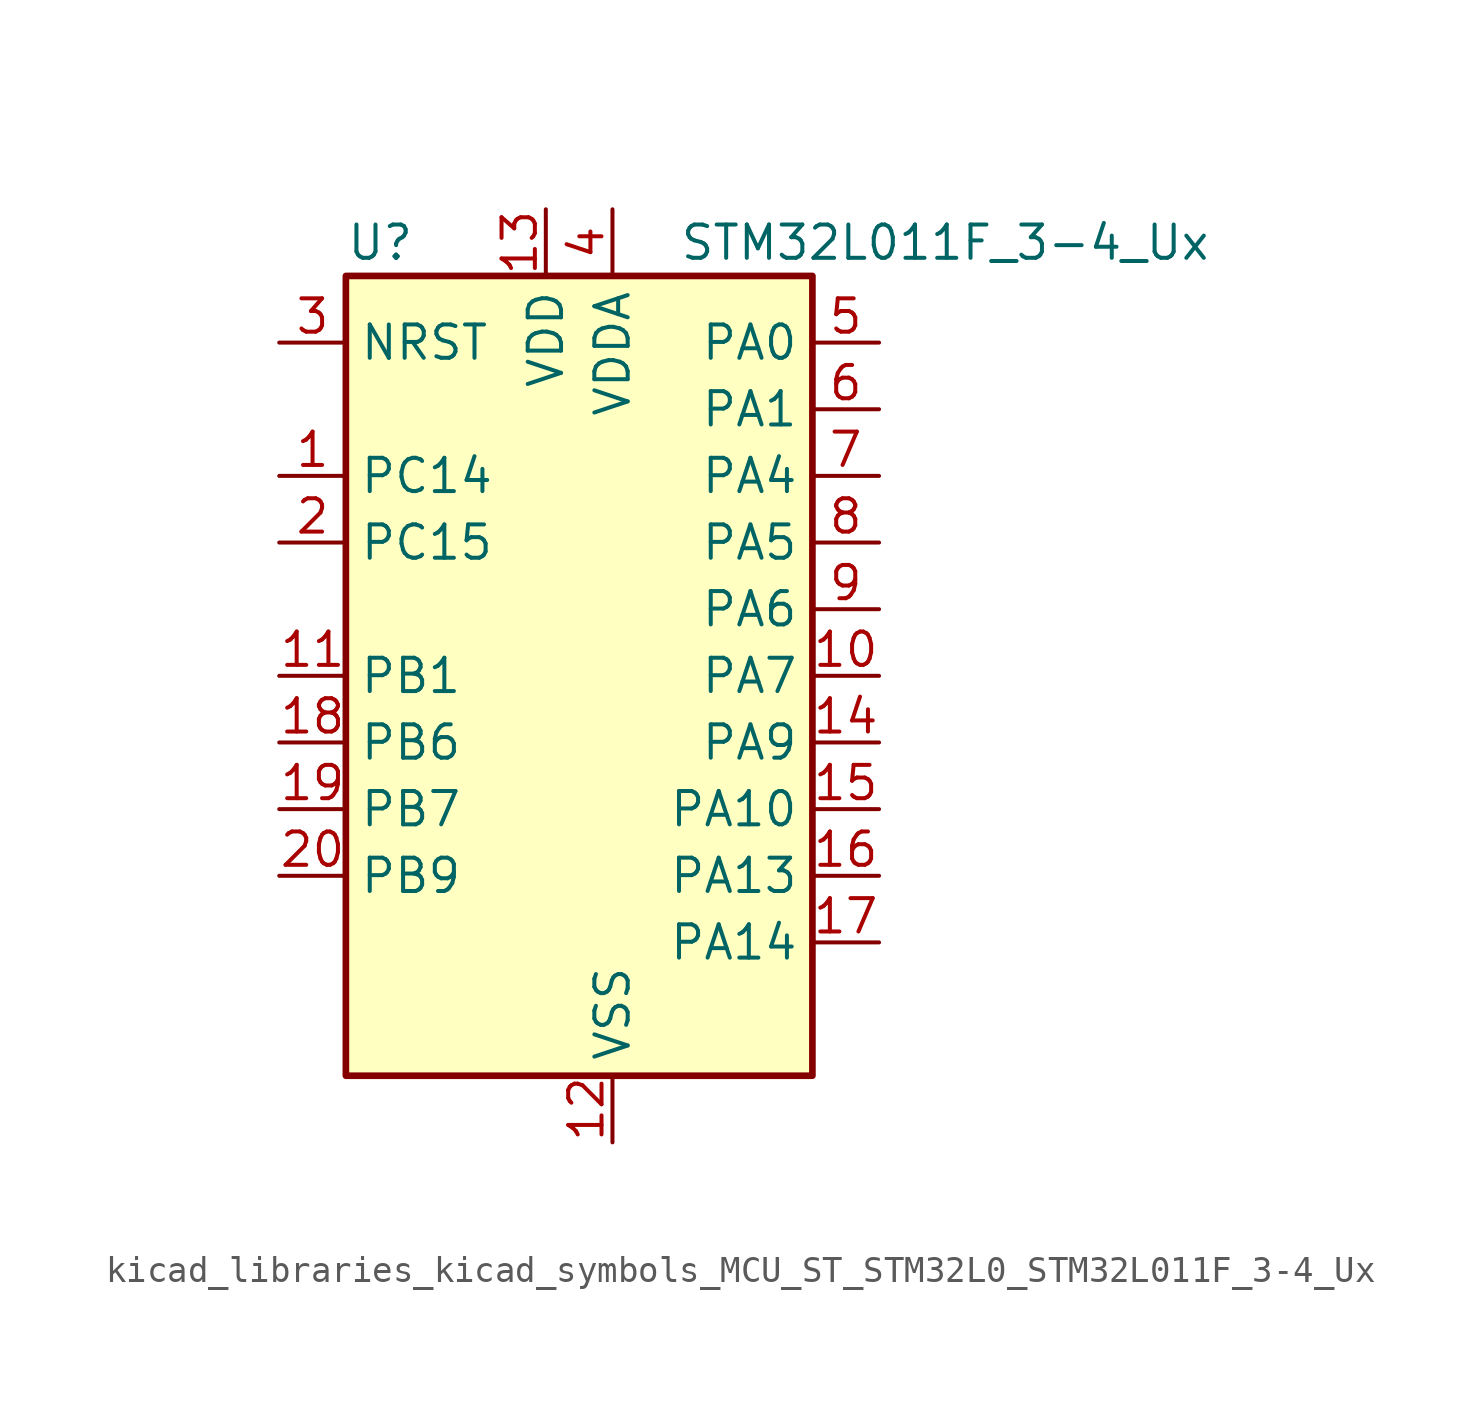
<source format=kicad_sym>
(kicad_symbol_lib
  (version 20220914)
  (generator kicad_symbol_editor)
  (symbol "kicad_libraries_kicad_symbols_MCU_ST_STM32L0_STM32L011F_3-4_Ux"
    (property "Reference" "U"
      (at -7.62 16.51 0)
      (effects (font (size 1.27 1.27)) (justify left)))
    (property "Value" "STM32L011F_3-4_Ux"
      (at 5.08 16.51 0)
      (effects (font (size 1.27 1.27)) (justify left)))
    (property "ki_locked" ""
      (at 0 0 0)
      (effects (font (size 1.27 1.27))))
    (symbol "kicad_libraries_kicad_symbols_MCU_ST_STM32L0_STM32L011F_3-4_Ux_0_1"
      (rectangle (start -7.62 -15.24) (end 10.16 15.24) (stroke (width 0.254) (type default)) (fill (type background))))
    (symbol "kicad_libraries_kicad_symbols_MCU_ST_STM32L0_STM32L011F_3-4_Ux_1_1"
      (pin bidirectional line (at -10.16 7.62 0) (length 2.54) (name "PC14" (effects (font (size 1.27 1.27)))) (number "1" (effects (font (size 1.27 1.27)))) (alternate "RCC_OSC32_IN" bidirectional line))
      (pin bidirectional line (at 12.7 0 180) (length 2.54) (name "PA7" (effects (font (size 1.27 1.27)))) (number "10" (effects (font (size 1.27 1.27)))) (alternate "ADC_IN7" bidirectional line) (alternate "COMP2_INP" bidirectional line) (alternate "COMP2_OUT" bidirectional line) (alternate "LPTIM1_OUT" bidirectional line) (alternate "SPI1_MOSI" bidirectional line) (alternate "TIM21_ETR" bidirectional line) (alternate "USART2_CTS" bidirectional line))
      (pin bidirectional line (at -10.16 0 0) (length 2.54) (name "PB1" (effects (font (size 1.27 1.27)))) (number "11" (effects (font (size 1.27 1.27)))) (alternate "ADC_IN9" bidirectional line) (alternate "LPTIM1_IN1" bidirectional line) (alternate "LPUART1_DE" bidirectional line) (alternate "LPUART1_RTS" bidirectional line) (alternate "SPI1_MOSI" bidirectional line) (alternate "SYS_VREF_OUT_PB1" bidirectional line) (alternate "TIM2_CH4" bidirectional line) (alternate "USART2_CK" bidirectional line))
      (pin power_in line (at 2.54 -17.78 90) (length 2.54) (name "VSS" (effects (font (size 1.27 1.27)))) (number "12" (effects (font (size 1.27 1.27)))))
      (pin power_in line (at 0 17.78 270) (length 2.54) (name "VDD" (effects (font (size 1.27 1.27)))) (number "13" (effects (font (size 1.27 1.27)))))
      (pin bidirectional line (at 12.7 -2.54 180) (length 2.54) (name "PA9" (effects (font (size 1.27 1.27)))) (number "14" (effects (font (size 1.27 1.27)))) (alternate "COMP1_OUT" bidirectional line) (alternate "I2C1_SCL" bidirectional line) (alternate "LPTIM1_OUT" bidirectional line) (alternate "RCC_MCO" bidirectional line) (alternate "TIM21_CH2" bidirectional line) (alternate "USART2_TX" bidirectional line))
      (pin bidirectional line (at 12.7 -5.08 180) (length 2.54) (name "PA10" (effects (font (size 1.27 1.27)))) (number "15" (effects (font (size 1.27 1.27)))) (alternate "COMP1_OUT" bidirectional line) (alternate "I2C1_SDA" bidirectional line) (alternate "RTC_REFIN" bidirectional line) (alternate "TIM21_CH1" bidirectional line) (alternate "TIM2_CH3" bidirectional line) (alternate "USART2_RX" bidirectional line))
      (pin bidirectional line (at 12.7 -7.62 180) (length 2.54) (name "PA13" (effects (font (size 1.27 1.27)))) (number "16" (effects (font (size 1.27 1.27)))) (alternate "COMP1_OUT" bidirectional line) (alternate "I2C1_SDA" bidirectional line) (alternate "LPTIM1_ETR" bidirectional line) (alternate "LPUART1_RX" bidirectional line) (alternate "SPI1_SCK" bidirectional line) (alternate "SYS_SWDIO" bidirectional line))
      (pin bidirectional line (at 12.7 -10.16 180) (length 2.54) (name "PA14" (effects (font (size 1.27 1.27)))) (number "17" (effects (font (size 1.27 1.27)))) (alternate "COMP2_OUT" bidirectional line) (alternate "I2C1_SMBA" bidirectional line) (alternate "LPTIM1_OUT" bidirectional line) (alternate "LPUART1_TX" bidirectional line) (alternate "SPI1_MISO" bidirectional line) (alternate "SYS_SWCLK" bidirectional line) (alternate "USART2_TX" bidirectional line))
      (pin bidirectional line (at -10.16 -2.54 0) (length 2.54) (name "PB6" (effects (font (size 1.27 1.27)))) (number "18" (effects (font (size 1.27 1.27)))) (alternate "COMP2_INP" bidirectional line) (alternate "I2C1_SCL" bidirectional line) (alternate "LPTIM1_ETR" bidirectional line) (alternate "LPUART1_TX" bidirectional line) (alternate "TIM2_CH3" bidirectional line) (alternate "USART2_TX" bidirectional line))
      (pin bidirectional line (at -10.16 -5.08 0) (length 2.54) (name "PB7" (effects (font (size 1.27 1.27)))) (number "19" (effects (font (size 1.27 1.27)))) (alternate "COMP2_INP" bidirectional line) (alternate "I2C1_SDA" bidirectional line) (alternate "LPTIM1_IN2" bidirectional line) (alternate "LPUART1_RX" bidirectional line) (alternate "SYS_PVD_IN" bidirectional line) (alternate "TIM2_CH4" bidirectional line) (alternate "USART2_RX" bidirectional line))
      (pin bidirectional line (at -10.16 5.08 0) (length 2.54) (name "PC15" (effects (font (size 1.27 1.27)))) (number "2" (effects (font (size 1.27 1.27)))) (alternate "RCC_OSC32_OUT" bidirectional line))
      (pin bidirectional line (at -10.16 -7.62 0) (length 2.54) (name "PB9" (effects (font (size 1.27 1.27)))) (number "20" (effects (font (size 1.27 1.27)))))
      (pin input line (at -10.16 12.7 0) (length 2.54) (name "NRST" (effects (font (size 1.27 1.27)))) (number "3" (effects (font (size 1.27 1.27)))))
      (pin power_in line (at 2.54 17.78 270) (length 2.54) (name "VDDA" (effects (font (size 1.27 1.27)))) (number "4" (effects (font (size 1.27 1.27)))))
      (pin bidirectional line (at 12.7 12.7 180) (length 2.54) (name "PA0" (effects (font (size 1.27 1.27)))) (number "5" (effects (font (size 1.27 1.27)))) (alternate "ADC_IN0" bidirectional line) (alternate "COMP1_INM" bidirectional line) (alternate "COMP1_OUT" bidirectional line) (alternate "LPTIM1_IN1" bidirectional line) (alternate "LPUART1_RX" bidirectional line) (alternate "RCC_CK_IN" bidirectional line) (alternate "RTC_TAMP2" bidirectional line) (alternate "SYS_WKUP1" bidirectional line) (alternate "TIM2_CH1" bidirectional line) (alternate "TIM2_ETR" bidirectional line) (alternate "USART2_CTS" bidirectional line) (alternate "USART2_RX" bidirectional line))
      (pin bidirectional line (at 12.7 10.16 180) (length 2.54) (name "PA1" (effects (font (size 1.27 1.27)))) (number "6" (effects (font (size 1.27 1.27)))) (alternate "ADC_IN1" bidirectional line) (alternate "COMP1_INP" bidirectional line) (alternate "I2C1_SMBA" bidirectional line) (alternate "LPTIM1_IN2" bidirectional line) (alternate "LPUART1_TX" bidirectional line) (alternate "TIM21_ETR" bidirectional line) (alternate "TIM2_CH2" bidirectional line) (alternate "USART2_DE" bidirectional line) (alternate "USART2_RTS" bidirectional line))
      (pin bidirectional line (at 12.7 7.62 180) (length 2.54) (name "PA4" (effects (font (size 1.27 1.27)))) (number "7" (effects (font (size 1.27 1.27)))) (alternate "ADC_IN4" bidirectional line) (alternate "COMP1_INM" bidirectional line) (alternate "COMP2_INM" bidirectional line) (alternate "COMP2_OUT" bidirectional line) (alternate "I2C1_SCL" bidirectional line) (alternate "LPTIM1_ETR" bidirectional line) (alternate "LPTIM1_IN1" bidirectional line) (alternate "LPUART1_TX" bidirectional line) (alternate "SPI1_NSS" bidirectional line) (alternate "TIM2_ETR" bidirectional line) (alternate "USART2_CK" bidirectional line))
      (pin bidirectional line (at 12.7 5.08 180) (length 2.54) (name "PA5" (effects (font (size 1.27 1.27)))) (number "8" (effects (font (size 1.27 1.27)))) (alternate "ADC_IN5" bidirectional line) (alternate "COMP1_INM" bidirectional line) (alternate "COMP2_INM" bidirectional line) (alternate "LPTIM1_IN2" bidirectional line) (alternate "SPI1_SCK" bidirectional line) (alternate "TIM2_CH1" bidirectional line) (alternate "TIM2_ETR" bidirectional line))
      (pin bidirectional line (at 12.7 2.54 180) (length 2.54) (name "PA6" (effects (font (size 1.27 1.27)))) (number "9" (effects (font (size 1.27 1.27)))) (alternate "ADC_IN6" bidirectional line) (alternate "COMP1_OUT" bidirectional line) (alternate "LPTIM1_ETR" bidirectional line) (alternate "LPUART1_CTS" bidirectional line) (alternate "SPI1_MISO" bidirectional line)))))
</source>
